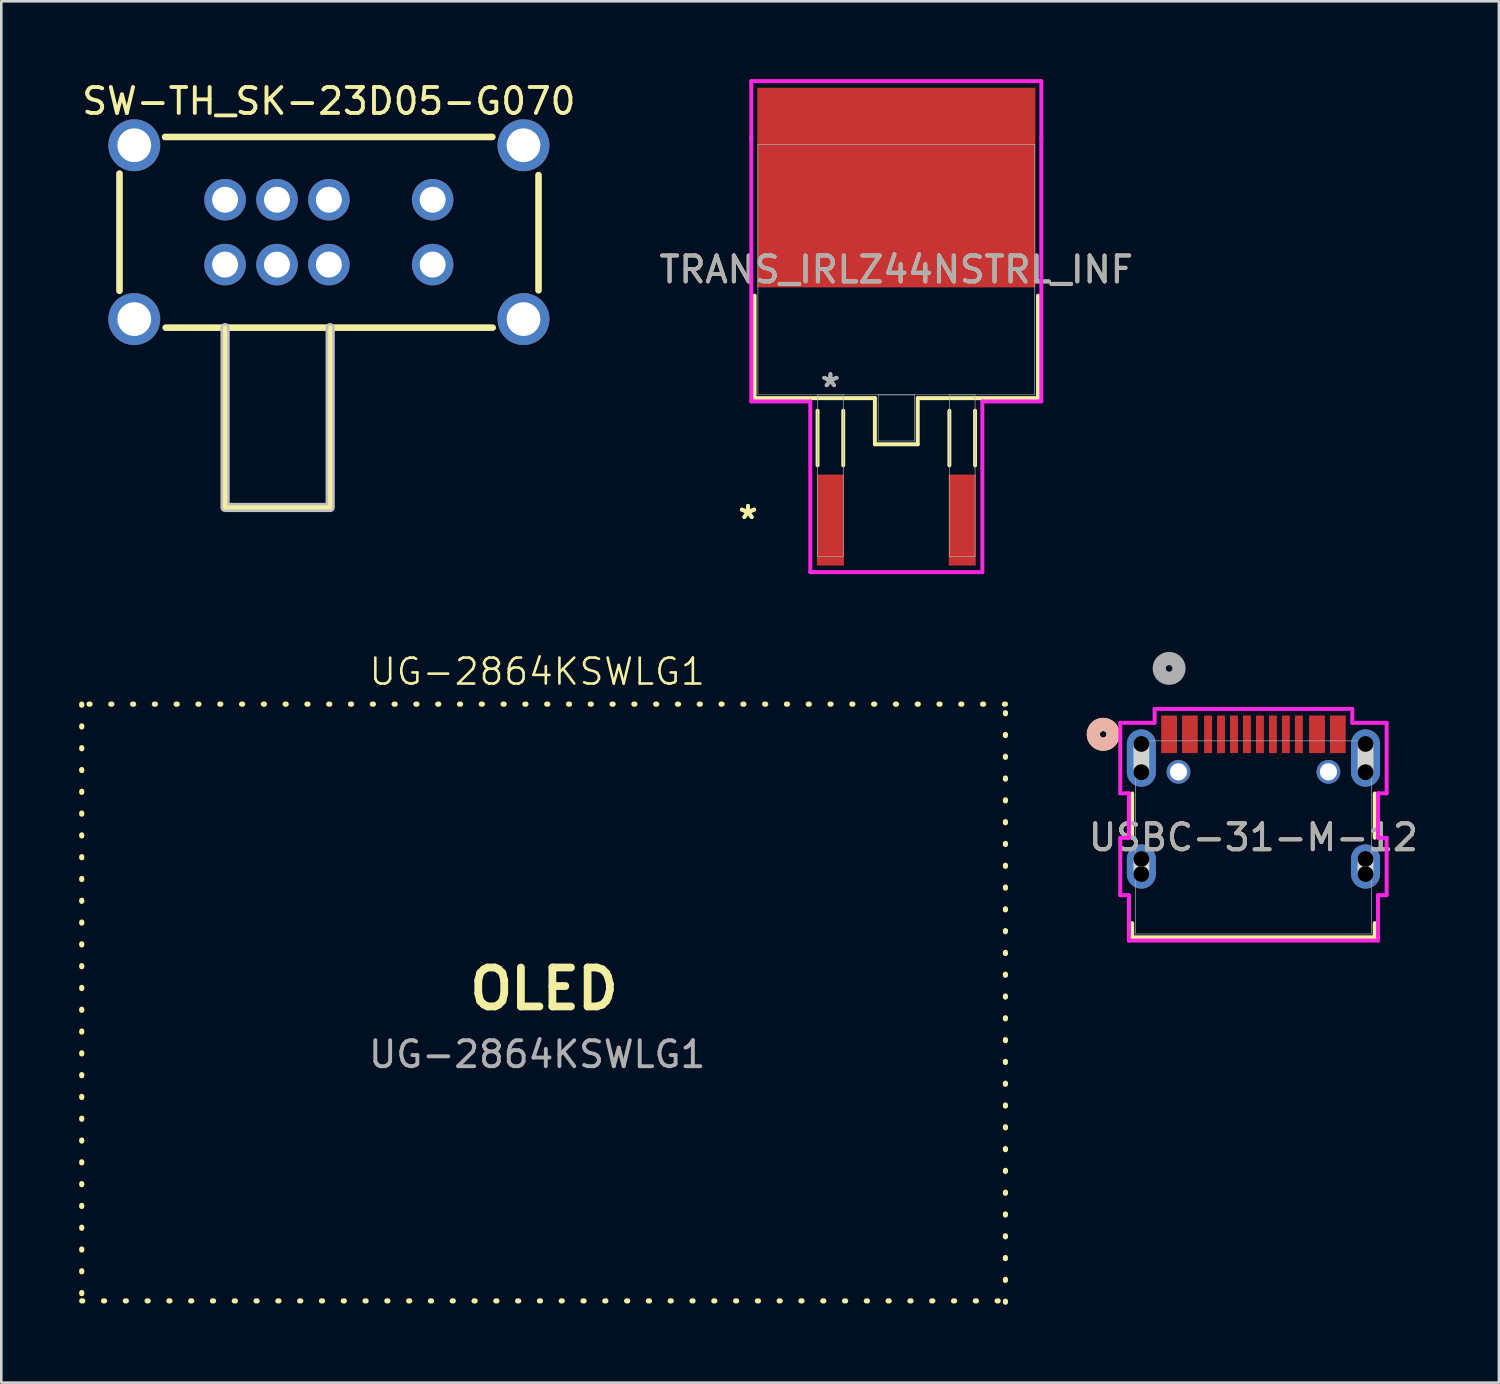
<source format=kicad_pcb>
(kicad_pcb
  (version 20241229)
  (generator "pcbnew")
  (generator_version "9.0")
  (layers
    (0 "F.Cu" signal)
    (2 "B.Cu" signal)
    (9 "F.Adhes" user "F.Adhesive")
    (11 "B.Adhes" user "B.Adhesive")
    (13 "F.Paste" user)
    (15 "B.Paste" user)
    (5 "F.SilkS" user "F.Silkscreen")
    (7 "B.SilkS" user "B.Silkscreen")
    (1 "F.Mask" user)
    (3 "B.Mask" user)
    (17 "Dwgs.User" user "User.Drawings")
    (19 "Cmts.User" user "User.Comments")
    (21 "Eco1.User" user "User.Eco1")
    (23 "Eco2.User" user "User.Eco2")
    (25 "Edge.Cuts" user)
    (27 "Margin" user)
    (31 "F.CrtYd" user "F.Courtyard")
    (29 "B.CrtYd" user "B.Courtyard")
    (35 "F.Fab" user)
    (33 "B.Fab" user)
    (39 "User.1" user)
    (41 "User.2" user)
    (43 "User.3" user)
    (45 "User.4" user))
  (footprint "UG-2864KSWLG1"
    (layer "F.Cu")
    (at 17.653 35.086)
    (property "Reference" "UG-2864KSWLG1" (at 0 -12.25 0) (unlocked yes) (layer "F.SilkS") (effects (font (size 1 1) (thickness 0.1))))
    (attr smd)
    (fp_line (start -17.553 -10.999) (end -17.553 12.001) (stroke (width 0.2) (type dot)) (layer "F.SilkS"))
    (fp_line (start -17.553 12.001) (end 18.047 12.001) (stroke (width 0.2) (type dot)) (layer "F.SilkS"))
    (fp_line (start 18.047 -10.999) (end -17.553 -10.999) (stroke (width 0.2) (type dot)) (layer "F.SilkS"))
    (fp_line (start 18.047 12.051) (end 18.047 -10.949) (stroke (width 0.2) (type dot)) (layer "F.SilkS"))
    (fp_text user "OLED" (at -2.753 0.851 0) (unlocked yes) (layer "F.SilkS") (effects (font (size 1.5 1.5) (thickness 0.3) (bold yes)) (justify left bottom)))
    (fp_text user "${REFERENCE}" (at 0 2.5 0) (unlocked yes) (layer "F.Fab") (effects (font (size 1 1) (thickness 0.15)))))
  (footprint "SW-TH_SK-23D05-G070"
    (layer "F.Cu")
    (at 9.625 5.898)
    (property "Reference" "SW-TH_SK-23D05-G070" (at 0 -5.05 0) (layer "F.SilkS") (effects (font (size 1 1) (thickness 0.15))))
    (fp_line (start -8.07 -2.259) (end -8.07 2.259) (stroke (width 0.254) (type default)) (layer "F.SilkS"))
    (fp_line (start -6.29 3.68) (end 6.314 3.68) (stroke (width 0.254) (type default)) (layer "F.SilkS"))
    (fp_line (start -4 3.68) (end -4 10.61) (stroke (width 0.254) (type default)) (layer "F.SilkS"))
    (fp_line (start -4 10.61) (end 0.05 10.61) (stroke (width 0.254) (type default)) (layer "F.SilkS"))
    (fp_line (start 0.05 10.61) (end 0.05 3.68) (stroke (width 0.254) (type default)) (layer "F.SilkS"))
    (fp_line (start 6.3 -3.67) (end -6.311 -3.67) (stroke (width 0.254) (type default)) (layer "F.SilkS"))
    (fp_line (start 8.08 2.24) (end 8.08 -2.2) (stroke (width 0.254) (type default)) (layer "F.SilkS"))
    (fp_poly (pts (xy 0.05 3.553) (xy 0.034 3.554) (xy 0.017 3.558) (xy 0.002 3.562) (xy -0.013 3.57) (xy -0.028 3.579) (xy -0.04 3.59) (xy -0.051 3.603) (xy -0.06 3.616) (xy -0.068 3.631) (xy -0.072 3.647) (xy -0.076 3.663) (xy -0.077 3.68) (xy -0.077 10.483) (xy -3.873 10.483) (xy -3.873 3.68) (xy -3.874 3.663) (xy -3.878 3.647) (xy -3.883 3.631) (xy -3.89 3.616) (xy -3.9 3.603) (xy -3.91 3.59) (xy -3.923 3.579) (xy -3.937 3.57) (xy -3.952 3.562) (xy -3.967 3.558) (xy -3.984 3.554) (xy -4 3.553) (xy -4.017 3.554) (xy -4.034 3.558) (xy -4.049 3.562) (xy -4.064 3.57) (xy -4.078 3.579) (xy -4.09 3.59) (xy -4.101 3.603) (xy -4.111 3.616) (xy -4.118 3.631) (xy -4.123 3.647) (xy -4.127 3.663) (xy -4.128 3.68) (xy -4.128 10.61) (xy -4.127 10.627) (xy -4.123 10.643) (xy -4.118 10.659) (xy -4.111 10.674) (xy -4.101 10.688) (xy -4.09 10.7) (xy -4.078 10.71) (xy -4.064 10.72) (xy -4.049 10.727) (xy -4.034 10.732) (xy -4.017 10.736) (xy -4 10.737) (xy 0.05 10.737) (xy 0.067 10.736) (xy 0.083 10.732) (xy 0.099 10.727) (xy 0.114 10.72) (xy 0.128 10.71) (xy 0.14 10.7) (xy 0.151 10.688) (xy 0.16 10.674) (xy 0.168 10.659) (xy 0.172 10.643) (xy 0.176 10.627) (xy 0.177 10.61) (xy 0.177 3.68) (xy 0.176 3.663) (xy 0.172 3.647) (xy 0.168 3.631) (xy 0.16 3.616) (xy 0.151 3.603) (xy 0.14 3.59) (xy 0.128 3.579) (xy 0.114 3.57) (xy 0.099 3.562) (xy 0.083 3.558) (xy 0.067 3.554)) (stroke (width 0.1) (type default)) (fill no) (layer "Dwgs.User"))
    (fp_poly (pts (xy -8 -3.6) (xy -7 -3.6) (xy -7 -3.1) (xy -8 -3.1)) (stroke (width 0.1) (type default)) (fill no) (layer "User.1"))
    (fp_poly (pts (xy -8 3.1) (xy -7 3.1) (xy -7 3.6) (xy -8 3.6)) (stroke (width 0.1) (type default)) (fill no) (layer "User.1"))
    (fp_poly (pts (xy -4.25 -1.45) (xy -3.75 -1.45) (xy -3.75 -1.05) (xy -4.25 -1.05)) (stroke (width 0.1) (type default)) (fill no) (layer "User.1"))
    (fp_poly (pts (xy -4.25 1.05) (xy -3.75 1.05) (xy -3.75 1.45) (xy -4.25 1.45)) (stroke (width 0.1) (type default)) (fill no) (layer "User.1"))
    (fp_poly (pts (xy -2.25 -1.45) (xy -1.75 -1.45) (xy -1.75 -1.05) (xy -2.25 -1.05)) (stroke (width 0.1) (type default)) (fill no) (layer "User.1"))
    (fp_poly (pts (xy -2.25 1.05) (xy -1.75 1.05) (xy -1.75 1.45) (xy -2.25 1.45)) (stroke (width 0.1) (type default)) (fill no) (layer "User.1"))
    (fp_poly (pts (xy -0.25 -1.45) (xy 0.25 -1.45) (xy 0.25 -1.05) (xy -0.25 -1.05)) (stroke (width 0.1) (type default)) (fill no) (layer "User.1"))
    (fp_poly (pts (xy -0.25 1.05) (xy 0.25 1.05) (xy 0.25 1.45) (xy -0.25 1.45)) (stroke (width 0.1) (type default)) (fill no) (layer "User.1"))
    (fp_poly (pts (xy 3.75 -1.45) (xy 4.25 -1.45) (xy 4.25 -1.05) (xy 3.75 -1.05)) (stroke (width 0.1) (type default)) (fill no) (layer "User.1"))
    (fp_poly (pts (xy 3.75 1.05) (xy 4.25 1.05) (xy 4.25 1.45) (xy 3.75 1.45)) (stroke (width 0.1) (type default)) (fill no) (layer "User.1"))
    (fp_poly (pts (xy 7 -3.6) (xy 8 -3.6) (xy 8 -3.1) (xy 7 -3.1)) (stroke (width 0.1) (type default)) (fill no) (layer "User.1"))
    (fp_poly (pts (xy 7 3.1) (xy 8 3.1) (xy 8 3.6) (xy 7 3.6)) (stroke (width 0.1) (type default)) (fill no) (layer "User.1"))
    (fp_line (start -8 -3.6) (end -8 3.6) (stroke (width 0.051) (type default)) (layer "User.2"))
    (fp_line (start -8 3.6) (end -3.99 3.6) (stroke (width 0.051) (type default)) (layer "User.2"))
    (fp_line (start -3.99 3.6) (end -3.99 10.59) (stroke (width 0.051) (type default)) (layer "User.2"))
    (fp_line (start -3.99 10.59) (end -3.98 10.6) (stroke (width 0.051) (type default)) (layer "User.2"))
    (fp_line (start -3.98 10.6) (end 0 10.6) (stroke (width 0.051) (type default)) (layer "User.2"))
    (fp_line (start 0 3.61) (end 0.01 3.6) (stroke (width 0.051) (type default)) (layer "User.2"))
    (fp_line (start 0 10.6) (end 0 3.61) (stroke (width 0.051) (type default)) (layer "User.2"))
    (fp_line (start 0.01 3.6) (end 8 3.6) (stroke (width 0.051) (type default)) (layer "User.2"))
    (fp_line (start 8 -3.6) (end -8 -3.6) (stroke (width 0.051) (type default)) (layer "User.2"))
    (fp_line (start 8 3.6) (end 8 -3.6) (stroke (width 0.051) (type default)) (layer "User.2"))
    (fp_poly (pts (xy -7.945 10.577) (xy -7.977 10.545) (xy -8.023 10.545) (xy -8.055 10.577) (xy -8.055 10.623) (xy -8.023 10.655) (xy -7.977 10.655) (xy -7.945 10.623)) (stroke (width 0.1) (type default)) (fill no) (layer "User.3"))
    (pad "1" thru_hole circle (at -4 1.25) (size 1.6 1.6) (drill 1) (layers "*.Cu" "*.Mask"))
    (pad "2" thru_hole circle (at -2 1.25) (size 1.6 1.6) (drill 1) (layers "*.Cu" "*.Mask"))
    (pad "3" thru_hole circle (at 0 1.25) (size 1.6 1.6) (drill 1) (layers "*.Cu" "*.Mask"))
    (pad "4" thru_hole circle (at 4 1.25) (size 1.6 1.6) (drill 1) (layers "*.Cu" "*.Mask"))
    (pad "5" thru_hole circle (at 4 -1.25) (size 1.6 1.6) (drill 1) (layers "*.Cu" "*.Mask"))
    (pad "6" thru_hole circle (at 0 -1.25) (size 1.6 1.6) (drill 1) (layers "*.Cu" "*.Mask"))
    (pad "7" thru_hole circle (at -2 -1.25) (size 1.6 1.6) (drill 1) (layers "*.Cu" "*.Mask"))
    (pad "8" thru_hole circle (at -4 -1.25) (size 1.6 1.6) (drill 1) (layers "*.Cu" "*.Mask"))
    (pad "9" thru_hole circle (at -7.5 -3.35) (size 2 2) (drill 1.3) (layers "*.Cu" "*.Mask"))
    (pad "10" thru_hole circle (at 7.5 -3.35) (size 2 2) (drill 1.3) (layers "*.Cu" "*.Mask"))
    (pad "11" thru_hole circle (at -7.5 3.35) (size 2 2) (drill 1.3) (layers "*.Cu" "*.Mask"))
    (pad "12" thru_hole circle (at 7.5 3.35) (size 2 2) (drill 1.3) (layers "*.Cu" "*.Mask")))
  (footprint "TRANS_IRLZ44NSTRL_INF"
    (layer "F.Cu")
    (at 31.494 7.341)
    (property "Reference" "TRANS_IRLZ44NSTRL_INF" (at 0 0 0) (unlocked yes) (layer "F.SilkS") (effects (font (size 1 1) (thickness 0.15))))
    (attr smd)
    (fp_line (start -5.461 1.003) (end -5.461 4.953) (stroke (width 0.152) (type solid)) (layer "F.SilkS"))
    (fp_line (start -5.461 4.953) (end -0.826 4.953) (stroke (width 0.152) (type solid)) (layer "F.SilkS"))
    (fp_line (start -3.035 5.436) (end -3.035 7.544) (stroke (width 0.152) (type solid)) (layer "F.SilkS"))
    (fp_line (start -2.045 5.436) (end -2.045 7.544) (stroke (width 0.152) (type solid)) (layer "F.SilkS"))
    (fp_line (start -0.826 4.953) (end -0.826 6.731) (stroke (width 0.152) (type solid)) (layer "F.SilkS"))
    (fp_line (start -0.826 6.731) (end 0.826 6.731) (stroke (width 0.152) (type solid)) (layer "F.SilkS"))
    (fp_line (start 0.826 4.953) (end 5.461 4.953) (stroke (width 0.152) (type solid)) (layer "F.SilkS"))
    (fp_line (start 0.826 6.731) (end 0.826 4.953) (stroke (width 0.152) (type solid)) (layer "F.SilkS"))
    (fp_line (start 2.045 5.436) (end 2.045 7.544) (stroke (width 0.152) (type solid)) (layer "F.SilkS"))
    (fp_line (start 3.035 5.436) (end 3.035 7.544) (stroke (width 0.152) (type solid)) (layer "F.SilkS"))
    (fp_line (start 5.461 4.953) (end 5.461 1.003) (stroke (width 0.152) (type solid)) (layer "F.SilkS"))
    (fp_line (start -5.588 -7.264) (end 5.588 -7.264) (stroke (width 0.152) (type solid)) (layer "F.CrtYd"))
    (fp_line (start -5.588 -5.08) (end -5.588 -7.264) (stroke (width 0.152) (type solid)) (layer "F.CrtYd"))
    (fp_line (start -5.588 -5.08) (end -5.588 -5.08) (stroke (width 0.152) (type solid)) (layer "F.CrtYd"))
    (fp_line (start -5.588 5.08) (end -5.588 -5.08) (stroke (width 0.152) (type solid)) (layer "F.CrtYd"))
    (fp_line (start -3.315 5.08) (end -5.588 5.08) (stroke (width 0.152) (type solid)) (layer "F.CrtYd"))
    (fp_line (start -3.315 11.659) (end -3.315 5.08) (stroke (width 0.152) (type solid)) (layer "F.CrtYd"))
    (fp_line (start 3.315 5.08) (end 3.315 11.659) (stroke (width 0.152) (type solid)) (layer "F.CrtYd"))
    (fp_line (start 3.315 11.659) (end -3.315 11.659) (stroke (width 0.152) (type solid)) (layer "F.CrtYd"))
    (fp_line (start 5.588 -7.264) (end 5.588 -5.08) (stroke (width 0.152) (type solid)) (layer "F.CrtYd"))
    (fp_line (start 5.588 -5.08) (end 5.588 -5.08) (stroke (width 0.152) (type solid)) (layer "F.CrtYd"))
    (fp_line (start 5.588 -5.08) (end 5.588 5.08) (stroke (width 0.152) (type solid)) (layer "F.CrtYd"))
    (fp_line (start 5.588 5.08) (end 3.315 5.08) (stroke (width 0.152) (type solid)) (layer "F.CrtYd"))
    (fp_line (start -5.334 -4.826) (end -5.334 4.826) (stroke (width 0.025) (type solid)) (layer "F.Fab"))
    (fp_line (start -5.334 4.826) (end 5.334 4.826) (stroke (width 0.025) (type solid)) (layer "F.Fab"))
    (fp_line (start -3.035 4.826) (end -3.035 11.049) (stroke (width 0.025) (type solid)) (layer "F.Fab"))
    (fp_line (start -3.035 11.049) (end -2.045 11.049) (stroke (width 0.025) (type solid)) (layer "F.Fab"))
    (fp_line (start -2.045 4.826) (end -3.035 4.826) (stroke (width 0.025) (type solid)) (layer "F.Fab"))
    (fp_line (start -2.045 11.049) (end -2.045 4.826) (stroke (width 0.025) (type solid)) (layer "F.Fab"))
    (fp_line (start -0.699 4.826) (end -0.699 6.604) (stroke (width 0.025) (type solid)) (layer "F.Fab"))
    (fp_line (start -0.699 6.604) (end 0.699 6.604) (stroke (width 0.025) (type solid)) (layer "F.Fab"))
    (fp_line (start 0.699 4.826) (end -0.699 4.826) (stroke (width 0.025) (type solid)) (layer "F.Fab"))
    (fp_line (start 0.699 6.604) (end 0.699 4.826) (stroke (width 0.025) (type solid)) (layer "F.Fab"))
    (fp_line (start 2.045 4.826) (end 2.045 11.049) (stroke (width 0.025) (type solid)) (layer "F.Fab"))
    (fp_line (start 2.045 11.049) (end 3.035 11.049) (stroke (width 0.025) (type solid)) (layer "F.Fab"))
    (fp_line (start 3.035 4.826) (end 2.045 4.826) (stroke (width 0.025) (type solid)) (layer "F.Fab"))
    (fp_line (start 3.035 11.049) (end 3.035 4.826) (stroke (width 0.025) (type solid)) (layer "F.Fab"))
    (fp_line (start 5.334 -4.826) (end -5.334 -4.826) (stroke (width 0.025) (type solid)) (layer "F.Fab"))
    (fp_line (start 5.334 4.826) (end 5.334 -4.826) (stroke (width 0.025) (type solid)) (layer "F.Fab"))
    (fp_text user "*" (at -5.715 9.652 0) (layer "F.SilkS") (effects (font (size 1 1) (thickness 0.15))))
    (fp_text user "*" (at -5.715 9.652 0) (unlocked yes) (layer "F.SilkS") (effects (font (size 1 1) (thickness 0.15))))
    (fp_text user "*" (at -2.54 4.572 0) (layer "F.Fab") (effects (font (size 1 1) (thickness 0.15))))
    (fp_text user "${REFERENCE}" (at 0 0 0) (unlocked yes) (layer "F.Fab") (effects (font (size 1 1) (thickness 0.15))))
    (fp_text user "*" (at -2.54 4.572 0) (unlocked yes) (layer "F.Fab") (effects (font (size 1 1) (thickness 0.15))))
    (pad "1" smd rect (at -2.54 9.652) (size 1.041 3.505) (layers "F.Cu" "F.Mask" "F.Paste"))
    (pad "2" smd rect (at 2.54 9.652) (size 1.041 3.505) (layers "F.Cu" "F.Mask" "F.Paste"))
    (pad "3" smd rect (at 0 -3.162) (size 10.719 7.696) (layers "F.Cu" "F.Mask" "F.Paste")))
  (footprint "USBC-31-M-12"
    (layer "F.Cu")
    (at 45.059 29.451)
    (property "Reference" "USBC-31-M-12" (at 0.199 -0.226 0) (unlocked yes) (layer "F.SilkS") (effects (font (size 1 1) (thickness 0.15))))
    (attr smd)
    (fp_line (start -4.474 -1.92) (end -4.474 -0.215) (stroke (width 0.152) (type solid)) (layer "F.SilkS"))
    (fp_line (start -4.474 3.077) (end -4.474 3.622) (stroke (width 0.152) (type solid)) (layer "F.SilkS"))
    (fp_line (start -4.474 3.622) (end 4.873 3.622) (stroke (width 0.152) (type solid)) (layer "F.SilkS"))
    (fp_line (start 4.873 -0.215) (end 4.873 -1.92) (stroke (width 0.152) (type solid)) (layer "F.SilkS"))
    (fp_line (start 4.873 3.622) (end 4.873 3.077) (stroke (width 0.152) (type solid)) (layer "F.SilkS"))
    (fp_circle (center -5.591 -4.201) (end -5.21 -4.201) (stroke (width 0.508) (type solid)) (fill no) (layer "F.SilkS"))
    (fp_circle (center -5.591 -4.201) (end -5.21 -4.201) (stroke (width 0.508) (type solid)) (fill no) (layer "B.SilkS"))
    (fp_line (start -4.121 -2.739) (end -4.121 -3.831) (stroke (width 0.61) (type solid)) (layer "Edge.Cuts"))
    (fp_line (start -4.121 1.187) (end -4.121 0.603) (stroke (width 0.61) (type solid)) (layer "Edge.Cuts"))
    (fp_line (start 4.519 1.187) (end 4.519 0.603) (stroke (width 0.61) (type solid)) (layer "Edge.Cuts"))
    (fp_line (start 4.519 -2.739) (end 4.519 -3.831) (stroke (width 0.61) (type solid)) (layer "Edge.Cuts"))
    (fp_line (start -4.933 -4.644) (end -4.933 -1.926) (stroke (width 0.152) (type solid)) (layer "F.CrtYd"))
    (fp_line (start -4.933 -1.926) (end -4.601 -1.926) (stroke (width 0.152) (type solid)) (layer "F.CrtYd"))
    (fp_line (start -4.933 -0.21) (end -4.933 2) (stroke (width 0.152) (type solid)) (layer "F.CrtYd"))
    (fp_line (start -4.933 2) (end -4.601 2) (stroke (width 0.152) (type solid)) (layer "F.CrtYd"))
    (fp_line (start -4.601 -1.926) (end -4.601 -0.21) (stroke (width 0.152) (type solid)) (layer "F.CrtYd"))
    (fp_line (start -4.601 -0.21) (end -4.933 -0.21) (stroke (width 0.152) (type solid)) (layer "F.CrtYd"))
    (fp_line (start -4.601 2) (end -4.601 3.749) (stroke (width 0.152) (type solid)) (layer "F.CrtYd"))
    (fp_line (start -4.601 3.749) (end 5 3.749) (stroke (width 0.152) (type solid)) (layer "F.CrtYd"))
    (fp_line (start -3.61 -5.179) (end -3.61 -4.644) (stroke (width 0.152) (type solid)) (layer "F.CrtYd"))
    (fp_line (start -3.61 -4.644) (end -4.933 -4.644) (stroke (width 0.152) (type solid)) (layer "F.CrtYd"))
    (fp_line (start 4.008 -5.179) (end -3.61 -5.179) (stroke (width 0.152) (type solid)) (layer "F.CrtYd"))
    (fp_line (start 4.008 -4.644) (end 4.008 -5.179) (stroke (width 0.152) (type solid)) (layer "F.CrtYd"))
    (fp_line (start 5 -1.926) (end 5.332 -1.926) (stroke (width 0.152) (type solid)) (layer "F.CrtYd"))
    (fp_line (start 5 -0.21) (end 5 -1.926) (stroke (width 0.152) (type solid)) (layer "F.CrtYd"))
    (fp_line (start 5 2) (end 5.332 2) (stroke (width 0.152) (type solid)) (layer "F.CrtYd"))
    (fp_line (start 5 3.749) (end 5 2) (stroke (width 0.152) (type solid)) (layer "F.CrtYd"))
    (fp_line (start 5.332 -0.21) (end 5 -0.21) (stroke (width 0.152) (type solid)) (layer "F.CrtYd"))
    (fp_line (start 5.332 2) (end 5.332 -0.21) (stroke (width 0.152) (type solid)) (layer "F.CrtYd"))
    (fp_line (start 5.332 -4.644) (end 4.008 -4.644) (stroke (width 0.152) (type solid)) (layer "F.CrtYd"))
    (fp_line (start 5.332 -1.926) (end 5.332 -4.644) (stroke (width 0.152) (type solid)) (layer "F.CrtYd"))
    (fp_line (start -4.347 -3.947) (end -4.347 3.495) (stroke (width 0.025) (type solid)) (layer "F.Fab"))
    (fp_line (start -4.347 3.495) (end 4.746 3.495) (stroke (width 0.025) (type solid)) (layer "F.Fab"))
    (fp_line (start 4.746 -3.947) (end -4.347 -3.947) (stroke (width 0.025) (type solid)) (layer "F.Fab"))
    (fp_line (start 4.746 3.495) (end 4.746 -3.947) (stroke (width 0.025) (type solid)) (layer "F.Fab"))
    (fp_circle (center -3.051 -6.741) (end -2.67 -6.741) (stroke (width 0.508) (type solid)) (fill no) (layer "F.Fab"))
    (fp_text user "${REFERENCE}" (at 0.199 -0.226 0) (unlocked yes) (layer "F.Fab") (effects (font (size 1 1) (thickness 0.15))))
    (pad "" np_thru_hole circle (at -4.121 -3.831) (size 0.61 0.61) (drill 0.61) (layers))
    (pad "" np_thru_hole circle (at -4.121 -2.739) (size 0.61 0.61) (drill 0.61) (layers))
    (pad "" np_thru_hole circle (at -4.121 0.603) (size 0.61 0.61) (drill 0.61) (layers))
    (pad "" np_thru_hole circle (at -4.121 1.187) (size 0.61 0.61) (drill 0.61) (layers))
    (pad "" np_thru_hole circle (at 4.519 0.603) (size 0.61 0.61) (drill 0.61) (layers))
    (pad "" np_thru_hole circle (at 4.519 1.187) (size 0.61 0.61) (drill 0.61) (layers))
    (pad "" np_thru_hole circle (at 4.519 -3.831) (size 0.61 0.61) (drill 0.61) (layers))
    (pad "" np_thru_hole circle (at 4.519 -2.739) (size 0.61 0.61) (drill 0.61) (layers))
    (pad "13" thru_hole oval (at -4.121 -3.285 90) (size 2.21 1.118) (drill 0.025) (layers "*.Cu" "*.Mask"))
    (pad "14" thru_hole oval (at 4.519 -3.285 90) (size 2.21 1.118) (drill 0.025) (layers "*.Cu" "*.Mask"))
    (pad "15" thru_hole oval (at -4.121 0.895 90) (size 1.702 1.118) (drill 0.025) (layers "*.Cu" "*.Mask"))
    (pad "16" thru_hole oval (at 4.519 0.895 90) (size 1.702 1.118) (drill 0.025) (layers "*.Cu" "*.Mask"))
    (pad "17" thru_hole circle (at -2.691 -2.755 90) (size 0.914 0.914) (drill 0.66) (layers "*.Cu" "*.Mask"))
    (pad "18" thru_hole circle (at 3.089 -2.755 90) (size 0.914 0.914) (drill 0.66) (layers "*.Cu" "*.Mask"))
    (pad "A1-B12" smd rect (at -3.051 -4.201) (size 0.61 1.448) (layers "F.Cu" "F.Mask" "F.Paste"))
    (pad "A4-B9" smd rect (at -2.251 -4.201) (size 0.61 1.448) (layers "F.Cu" "F.Mask" "F.Paste"))
    (pad "A5" smd rect (at -1.051 -4.201) (size 0.305 1.448) (layers "F.Cu" "F.Mask" "F.Paste"))
    (pad "A6" smd rect (at -0.051 -4.201) (size 0.305 1.448) (layers "F.Cu" "F.Mask" "F.Paste"))
    (pad "A7" smd rect (at 0.449 -4.201) (size 0.305 1.448) (layers "F.Cu" "F.Mask" "F.Paste"))
    (pad "A8" smd rect (at 1.449 -4.201) (size 0.305 1.448) (layers "F.Cu" "F.Mask" "F.Paste"))
    (pad "B1-A12" smd rect (at 3.45 -4.201) (size 0.61 1.448) (layers "F.Cu" "F.Mask" "F.Paste"))
    (pad "B4-A9" smd rect (at 2.649 -4.201) (size 0.61 1.448) (layers "F.Cu" "F.Mask" "F.Paste"))
    (pad "B5" smd rect (at 1.95 -4.201) (size 0.305 1.448) (layers "F.Cu" "F.Mask" "F.Paste"))
    (pad "B6" smd rect (at 0.95 -4.201) (size 0.305 1.448) (layers "F.Cu" "F.Mask" "F.Paste"))
    (pad "B7" smd rect (at -0.551 -4.201) (size 0.305 1.448) (layers "F.Cu" "F.Mask" "F.Paste"))
    (pad "B8" smd rect (at -1.551 -4.201) (size 0.305 1.448) (layers "F.Cu" "F.Mask" "F.Paste")))
  (gr_rect
    (start -3 -3)
    (end 54.717 50.236)
    (stroke (width 0.1) (type default))
    (fill no)
    (layer "Edge.Cuts")))
</source>
